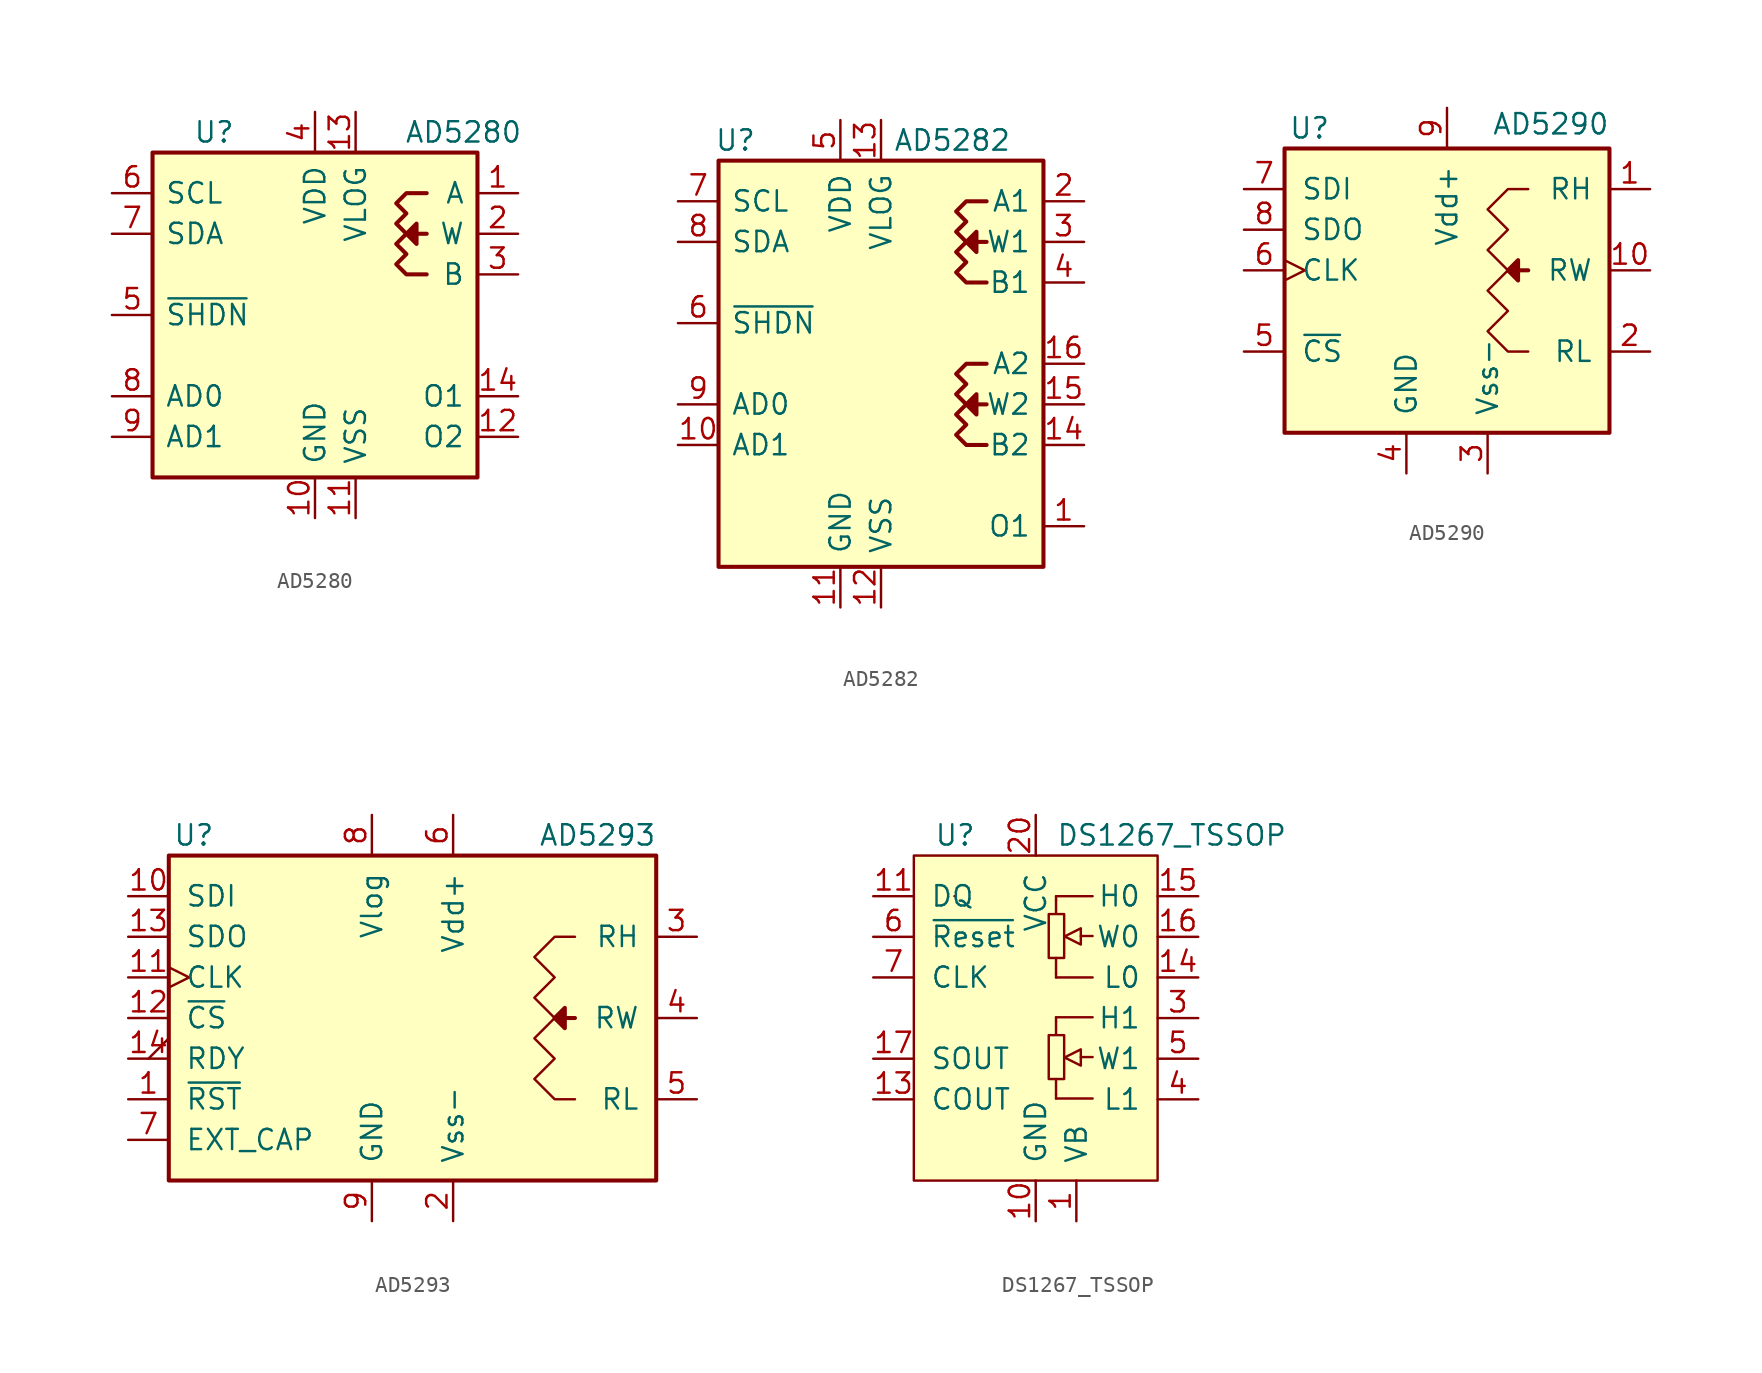
<source format=kicad_sym>
(kicad_symbol_lib
  (version 20201005)
  (generator kicad_symbol_editor)
  (symbol "AD5280"
    (pin_names
      (offset 0.762))
    (property "Reference" "U"
      (at -7.62 11.43 0)
      (effects (font (size 1.27 1.27)) (justify left)))
    (property "Value" "AD5280"
      (at 5.588 11.43 0)
      (effects (font (size 1.27 1.27)) (justify left)))
    (symbol "AD5280_0_1"
      (rectangle (start -10.16 10.16) (end 10.16 -10.16) (stroke (width 0.254)) (fill (type background)))
      (polyline (pts (xy 6.985 5.08) (xy 6.35 5.08) (xy 5.715 5.08) (xy 6.35 5.715) (xy 6.35 4.445) (xy 5.715 5.08)) (stroke (width 0.254)) (fill (type outline)))
      (polyline (pts (xy 6.985 7.62) (xy 5.715 7.62) (xy 5.08 6.985) (xy 5.715 6.35) (xy 5.08 5.715) (xy 5.715 5.08) (xy 5.08 4.445) (xy 5.715 3.81) (xy 5.08 3.175) (xy 5.715 2.54) (xy 6.985 2.54)) (stroke (width 0.254)) (fill (type none))))
    (symbol "AD5280_1_1"
      (pin passive line (at 12.7 7.62 180) (length 2.54) (name "A" (effects (font (size 1.27 1.27)))) (number "1" (effects (font (size 1.27 1.27)))))
      (pin power_in line (at 0 -12.7 90) (length 2.54) (name "GND" (effects (font (size 1.27 1.27)))) (number "10" (effects (font (size 1.27 1.27)))))
      (pin power_in line (at 2.54 -12.7 90) (length 2.54) (name "VSS" (effects (font (size 1.27 1.27)))) (number "11" (effects (font (size 1.27 1.27)))))
      (pin output line (at 12.7 -7.62 180) (length 2.54) (name "O2" (effects (font (size 1.27 1.27)))) (number "12" (effects (font (size 1.27 1.27)))))
      (pin power_in line (at 2.54 12.7 270) (length 2.54) (name "VLOG" (effects (font (size 1.27 1.27)))) (number "13" (effects (font (size 1.27 1.27)))))
      (pin output line (at 12.7 -5.08 180) (length 2.54) (name "O1" (effects (font (size 1.27 1.27)))) (number "14" (effects (font (size 1.27 1.27)))))
      (pin passive line (at 12.7 5.08 180) (length 2.54) (name "W" (effects (font (size 1.27 1.27)))) (number "2" (effects (font (size 1.27 1.27)))))
      (pin passive line (at 12.7 2.54 180) (length 2.54) (name "B" (effects (font (size 1.27 1.27)))) (number "3" (effects (font (size 1.27 1.27)))))
      (pin power_in line (at 0 12.7 270) (length 2.54) (name "VDD" (effects (font (size 1.27 1.27)))) (number "4" (effects (font (size 1.27 1.27)))))
      (pin input line (at -12.7 0 0) (length 2.54) (name "~SHDN~" (effects (font (size 1.27 1.27)))) (number "5" (effects (font (size 1.27 1.27)))))
      (pin input line (at -12.7 7.62 0) (length 2.54) (name "SCL" (effects (font (size 1.27 1.27)))) (number "6" (effects (font (size 1.27 1.27)))))
      (pin bidirectional line (at -12.7 5.08 0) (length 2.54) (name "SDA" (effects (font (size 1.27 1.27)))) (number "7" (effects (font (size 1.27 1.27)))))
      (pin input line (at -12.7 -5.08 0) (length 2.54) (name "AD0" (effects (font (size 1.27 1.27)))) (number "8" (effects (font (size 1.27 1.27)))))
      (pin input line (at -12.7 -7.62 0) (length 2.54) (name "AD1" (effects (font (size 1.27 1.27)))) (number "9" (effects (font (size 1.27 1.27)))))))
  (symbol "AD5282"
    (pin_names
      (offset 0.762))
    (property "Reference" "U"
      (at -10.414 13.97 0)
      (effects (font (size 1.27 1.27)) (justify left)))
    (property "Value" "AD5282"
      (at 0.762 13.97 0)
      (effects (font (size 1.27 1.27)) (justify left)))
    (symbol "AD5282_0_1"
      (rectangle (start -10.16 12.7) (end 10.16 -12.7) (stroke (width 0.254)) (fill (type background)))
      (polyline (pts (xy 6.604 -2.54) (xy 5.334 -2.54) (xy 5.969 -1.905) (xy 5.969 -3.175) (xy 5.334 -2.54)) (stroke (width 0.254)) (fill (type outline)))
      (polyline (pts (xy 6.604 7.62) (xy 5.334 7.62) (xy 5.969 8.255) (xy 5.969 7.62) (xy 5.969 6.985) (xy 5.334 7.62)) (stroke (width 0.254)) (fill (type outline)))
      (polyline (pts (xy 6.604 0) (xy 5.334 0) (xy 4.699 -0.635) (xy 5.334 -1.27) (xy 4.699 -1.905) (xy 5.334 -2.54) (xy 4.699 -3.175) (xy 5.334 -3.81) (xy 4.699 -4.445) (xy 5.334 -5.08) (xy 6.604 -5.08)) (stroke (width 0.254)) (fill (type none)))
      (polyline (pts (xy 6.604 10.16) (xy 5.334 10.16) (xy 4.699 9.525) (xy 5.334 8.89) (xy 4.699 8.255) (xy 5.334 7.62) (xy 4.699 6.985) (xy 5.334 6.35) (xy 4.699 5.715) (xy 5.334 5.08) (xy 6.604 5.08)) (stroke (width 0.254)) (fill (type none))))
    (symbol "AD5282_1_1"
      (pin output line (at 12.7 -10.16 180) (length 2.54) (name "O1" (effects (font (size 1.27 1.27)))) (number "1" (effects (font (size 1.27 1.27)))))
      (pin input line (at -12.7 -5.08 0) (length 2.54) (name "AD1" (effects (font (size 1.27 1.27)))) (number "10" (effects (font (size 1.27 1.27)))))
      (pin power_in line (at -2.54 -15.24 90) (length 2.54) (name "GND" (effects (font (size 1.27 1.27)))) (number "11" (effects (font (size 1.27 1.27)))))
      (pin power_in line (at 0 -15.24 90) (length 2.54) (name "VSS" (effects (font (size 1.27 1.27)))) (number "12" (effects (font (size 1.27 1.27)))))
      (pin power_in line (at 0 15.24 270) (length 2.54) (name "VLOG" (effects (font (size 1.27 1.27)))) (number "13" (effects (font (size 1.27 1.27)))))
      (pin passive line (at 12.7 -5.08 180) (length 2.54) (name "B2" (effects (font (size 1.27 1.27)))) (number "14" (effects (font (size 1.27 1.27)))))
      (pin passive line (at 12.7 -2.54 180) (length 2.54) (name "W2" (effects (font (size 1.27 1.27)))) (number "15" (effects (font (size 1.27 1.27)))))
      (pin passive line (at 12.7 0 180) (length 2.54) (name "A2" (effects (font (size 1.27 1.27)))) (number "16" (effects (font (size 1.27 1.27)))))
      (pin passive line (at 12.7 10.16 180) (length 2.54) (name "A1" (effects (font (size 1.27 1.27)))) (number "2" (effects (font (size 1.27 1.27)))))
      (pin passive line (at 12.7 7.62 180) (length 2.54) (name "W1" (effects (font (size 1.27 1.27)))) (number "3" (effects (font (size 1.27 1.27)))))
      (pin passive line (at 12.7 5.08 180) (length 2.54) (name "B1" (effects (font (size 1.27 1.27)))) (number "4" (effects (font (size 1.27 1.27)))))
      (pin power_in line (at -2.54 15.24 270) (length 2.54) (name "VDD" (effects (font (size 1.27 1.27)))) (number "5" (effects (font (size 1.27 1.27)))))
      (pin input line (at -12.7 2.54 0) (length 2.54) (name "~SHDN~" (effects (font (size 1.27 1.27)))) (number "6" (effects (font (size 1.27 1.27)))))
      (pin input line (at -12.7 10.16 0) (length 2.54) (name "SCL" (effects (font (size 1.27 1.27)))) (number "7" (effects (font (size 1.27 1.27)))))
      (pin bidirectional line (at -12.7 7.62 0) (length 2.54) (name "SDA" (effects (font (size 1.27 1.27)))) (number "8" (effects (font (size 1.27 1.27)))))
      (pin input line (at -12.7 -2.54 0) (length 2.54) (name "AD0" (effects (font (size 1.27 1.27)))) (number "9" (effects (font (size 1.27 1.27)))))))
  (symbol "AD5290"
    (pin_names
      (offset 1.016))
    (property "Reference" "U"
      (at -9.906 8.89 0)
      (effects (font (size 1.27 1.27)) (justify left)))
    (property "Value" "AD5290"
      (at 2.794 9.144 0)
      (effects (font (size 1.27 1.27)) (justify left)))
    (symbol "AD5290_0_1"
      (rectangle (start -10.16 7.62) (end 10.16 -10.16) (stroke (width 0.254)) (fill (type background)))
      (polyline (pts (xy 4.445 0) (xy 5.08 0)) (stroke (width 0.254)) (fill (type none)))
      (polyline (pts (xy 3.81 0) (xy 4.445 0.635) (xy 4.445 -0.635) (xy 3.81 0)) (stroke (width 0.254)) (fill (type outline)))
      (polyline (pts (xy 5.08 5.08) (xy 3.81 5.08) (xy 2.54 3.81) (xy 3.81 2.54) (xy 2.54 1.27) (xy 3.81 0) (xy 2.54 -1.27) (xy 3.81 -2.54) (xy 2.54 -3.81) (xy 3.81 -5.08) (xy 5.08 -5.08) (xy 5.08 -5.08) (xy 5.08 -5.08)) (stroke (width 0)) (fill (type none))))
    (symbol "AD5290_1_1"
      (pin passive line (at 12.7 5.08 180) (length 2.54) (name "RH" (effects (font (size 1.27 1.27)))) (number "1" (effects (font (size 1.27 1.27)))))
      (pin passive line (at 12.7 0 180) (length 2.54) (name "RW" (effects (font (size 1.27 1.27)))) (number "10" (effects (font (size 1.27 1.27)))))
      (pin passive line (at 12.7 -5.08 180) (length 2.54) (name "RL" (effects (font (size 1.27 1.27)))) (number "2" (effects (font (size 1.27 1.27)))))
      (pin power_in line (at 2.54 -12.7 90) (length 2.54) (name "Vss-" (effects (font (size 1.27 1.27)))) (number "3" (effects (font (size 1.27 1.27)))))
      (pin power_in line (at -2.54 -12.7 90) (length 2.54) (name "GND" (effects (font (size 1.27 1.27)))) (number "4" (effects (font (size 1.27 1.27)))))
      (pin input line (at -12.7 -5.08 0) (length 2.54) (name "~CS~" (effects (font (size 1.27 1.27)))) (number "5" (effects (font (size 1.27 1.27)))))
      (pin input clock (at -12.7 0 0) (length 2.54) (name "CLK" (effects (font (size 1.27 1.27)))) (number "6" (effects (font (size 1.27 1.27)))))
      (pin input line (at -12.7 5.08 0) (length 2.54) (name "SDI" (effects (font (size 1.27 1.27)))) (number "7" (effects (font (size 1.27 1.27)))))
      (pin output line (at -12.7 2.54 0) (length 2.54) (name "SDO" (effects (font (size 1.27 1.27)))) (number "8" (effects (font (size 1.27 1.27)))))
      (pin power_in line (at 0 10.16 270) (length 2.54) (name "Vdd+" (effects (font (size 1.27 1.27)))) (number "9" (effects (font (size 1.27 1.27)))))))
  (symbol "AD5293"
    (pin_names
      (offset 1.016))
    (property "Reference" "U"
      (at -14.986 11.43 0)
      (effects (font (size 1.27 1.27)) (justify left)))
    (property "Value" "AD5293"
      (at 7.874 11.43 0)
      (effects (font (size 1.27 1.27)) (justify left)))
    (symbol "AD5293_0_1"
      (rectangle (start -15.24 10.16) (end 15.24 -10.16) (stroke (width 0.254)) (fill (type background)))
      (polyline (pts (xy 9.525 0) (xy 10.16 0)) (stroke (width 0.254)) (fill (type none)))
      (polyline (pts (xy 8.89 0) (xy 9.525 0.635) (xy 9.525 -0.635) (xy 8.89 0)) (stroke (width 0.254)) (fill (type outline)))
      (polyline (pts (xy 10.16 5.08) (xy 8.89 5.08) (xy 7.62 3.81) (xy 8.89 2.54) (xy 7.62 1.27) (xy 8.89 0) (xy 7.62 -1.27) (xy 8.89 -2.54) (xy 7.62 -3.81) (xy 8.89 -5.08) (xy 10.16 -5.08) (xy 10.16 -5.08) (xy 10.16 -5.08)) (stroke (width 0)) (fill (type none))))
    (symbol "AD5293_1_1"
      (pin input line (at -17.78 -5.08 0) (length 2.54) (name "~RST~" (effects (font (size 1.27 1.27)))) (number "1" (effects (font (size 1.27 1.27)))))
      (pin input line (at -17.78 7.62 0) (length 2.54) (name "SDI" (effects (font (size 1.27 1.27)))) (number "10" (effects (font (size 1.27 1.27)))))
      (pin input clock (at -17.78 2.54 0) (length 2.54) (name "CLK" (effects (font (size 1.27 1.27)))) (number "11" (effects (font (size 1.27 1.27)))))
      (pin input line (at -17.78 0 0) (length 2.54) (name "~CS~" (effects (font (size 1.27 1.27)))) (number "12" (effects (font (size 1.27 1.27)))))
      (pin output line (at -17.78 5.08 0) (length 2.54) (name "SDO" (effects (font (size 1.27 1.27)))) (number "13" (effects (font (size 1.27 1.27)))))
      (pin open_collector output_low (at -17.78 -2.54 0) (length 2.54) (name "RDY" (effects (font (size 1.27 1.27)))) (number "14" (effects (font (size 1.27 1.27)))))
      (pin power_in line (at 2.54 -12.7 90) (length 2.54) (name "Vss-" (effects (font (size 1.27 1.27)))) (number "2" (effects (font (size 1.27 1.27)))))
      (pin passive line (at 17.78 5.08 180) (length 2.54) (name "RH" (effects (font (size 1.27 1.27)))) (number "3" (effects (font (size 1.27 1.27)))))
      (pin passive line (at 17.78 0 180) (length 2.54) (name "RW" (effects (font (size 1.27 1.27)))) (number "4" (effects (font (size 1.27 1.27)))))
      (pin passive line (at 17.78 -5.08 180) (length 2.54) (name "RL" (effects (font (size 1.27 1.27)))) (number "5" (effects (font (size 1.27 1.27)))))
      (pin power_in line (at 2.54 12.7 270) (length 2.54) (name "Vdd+" (effects (font (size 1.27 1.27)))) (number "6" (effects (font (size 1.27 1.27)))))
      (pin passive line (at -17.78 -7.62 0) (length 2.54) (name "EXT_CAP" (effects (font (size 1.27 1.27)))) (number "7" (effects (font (size 1.27 1.27)))))
      (pin power_in line (at -2.54 12.7 270) (length 2.54) (name "Vlog" (effects (font (size 1.27 1.27)))) (number "8" (effects (font (size 1.27 1.27)))))
      (pin power_in line (at -2.54 -12.7 90) (length 2.54) (name "GND" (effects (font (size 1.27 1.27)))) (number "9" (effects (font (size 1.27 1.27)))))))
  (symbol "DS1267_TSSOP"
    (pin_names
      (offset 1.016))
    (property "Reference" "U"
      (at -6.35 11.43 0)
      (effects (font (size 1.27 1.27)) (justify left)))
    (property "Value" "DS1267_TSSOP"
      (at 1.27 11.43 0)
      (effects (font (size 1.27 1.27)) (justify left)))
    (symbol "DS1267_TSSOP_0_1"
      (rectangle (start -7.62 10.16) (end 7.62 -10.16) (stroke (width 0)) (fill (type background)))
      (rectangle (start -5.08 7.62) (end -5.08 7.62) (stroke (width 0)) (fill (type none)))
      (rectangle (start 0.813 -1.067) (end 1.778 -3.81) (stroke (width 0)) (fill (type none)))
      (rectangle (start 0.813 6.502) (end 1.778 3.759) (stroke (width 0)) (fill (type none)))
      (polyline (pts (xy 1.27 -4.775) (xy 1.27 -3.81)) (stroke (width 0)) (fill (type none)))
      (polyline (pts (xy 1.27 -0.203) (xy 1.27 -1.041)) (stroke (width 0)) (fill (type none)))
      (polyline (pts (xy 1.27 2.794) (xy 1.27 3.759)) (stroke (width 0)) (fill (type none)))
      (polyline (pts (xy 1.27 7.366) (xy 1.27 6.528)) (stroke (width 0)) (fill (type none)))
      (polyline (pts (xy 2.819 -2.438) (xy 3.556 -2.438)) (stroke (width 0)) (fill (type none)))
      (polyline (pts (xy 2.819 5.131) (xy 3.556 5.131)) (stroke (width 0)) (fill (type none)))
      (polyline (pts (xy 1.27 -5.029) (xy 1.27 -4.775) (xy 1.27 -4.775)) (stroke (width 0)) (fill (type background)))
      (polyline (pts (xy 1.27 -5.029) (xy 3.556 -5.029) (xy 3.556 -5.029)) (stroke (width 0)) (fill (type background)))
      (polyline (pts (xy 1.27 0.051) (xy 1.27 -0.203) (xy 1.27 -0.203)) (stroke (width 0)) (fill (type none)))
      (polyline (pts (xy 1.27 0.051) (xy 3.556 0.051) (xy 3.556 0.051)) (stroke (width 0)) (fill (type background)))
      (polyline (pts (xy 1.27 2.54) (xy 1.27 2.794) (xy 1.27 2.794)) (stroke (width 0)) (fill (type background)))
      (polyline (pts (xy 1.27 2.54) (xy 3.556 2.54) (xy 3.556 2.54)) (stroke (width 0)) (fill (type background)))
      (polyline (pts (xy 1.27 7.62) (xy 1.27 7.366) (xy 1.27 7.366)) (stroke (width 0)) (fill (type none)))
      (polyline (pts (xy 1.27 7.62) (xy 3.556 7.62) (xy 3.556 7.62)) (stroke (width 0)) (fill (type background)))
      (polyline (pts (xy 2.819 -1.956) (xy 2.819 -2.972) (xy 1.803 -2.464) (xy 2.819 -1.956) (xy 2.819 -1.956)) (stroke (width 0)) (fill (type background)))
      (polyline (pts (xy 2.819 5.613) (xy 2.819 4.597) (xy 1.803 5.105) (xy 2.819 5.613) (xy 2.819 5.613)) (stroke (width 0)) (fill (type background))))
    (symbol "DS1267_TSSOP_1_1"
      (pin power_in line (at 2.54 -12.7 90) (length 2.54) (name "VB" (effects (font (size 1.27 1.27)))) (number "1" (effects (font (size 1.27 1.27)))))
      (pin power_in line (at 0 -12.7 90) (length 2.54) (name "GND" (effects (font (size 1.27 1.27)))) (number "10" (effects (font (size 1.27 1.27)))))
      (pin input line (at -10.16 7.62 0) (length 2.54) (name "DQ" (effects (font (size 1.27 1.27)))) (number "11" (effects (font (size 1.27 1.27)))))
      (pin output line (at -10.16 -5.08 0) (length 2.54) (name "COUT" (effects (font (size 1.27 1.27)))) (number "13" (effects (font (size 1.27 1.27)))))
      (pin passive line (at 10.16 2.54 180) (length 2.54) (name "L0" (effects (font (size 1.27 1.27)))) (number "14" (effects (font (size 1.27 1.27)))))
      (pin passive line (at 10.16 7.62 180) (length 2.54) (name "H0" (effects (font (size 1.27 1.27)))) (number "15" (effects (font (size 1.27 1.27)))))
      (pin passive line (at 10.16 5.08 180) (length 2.54) (name "W0" (effects (font (size 1.27 1.27)))) (number "16" (effects (font (size 1.27 1.27)))))
      (pin output line (at -10.16 -2.54 0) (length 2.54) (name "SOUT" (effects (font (size 1.27 1.27)))) (number "17" (effects (font (size 1.27 1.27)))))
      (pin power_in line (at 0 12.7 270) (length 2.54) (name "VCC" (effects (font (size 1.27 1.27)))) (number "20" (effects (font (size 1.27 1.27)))))
      (pin passive line (at 10.16 0 180) (length 2.54) (name "H1" (effects (font (size 1.27 1.27)))) (number "3" (effects (font (size 1.27 1.27)))))
      (pin passive line (at 10.16 -5.08 180) (length 2.54) (name "L1" (effects (font (size 1.27 1.27)))) (number "4" (effects (font (size 1.27 1.27)))))
      (pin passive line (at 10.16 -2.54 180) (length 2.54) (name "W1" (effects (font (size 1.27 1.27)))) (number "5" (effects (font (size 1.27 1.27)))))
      (pin input line (at -10.16 5.08 0) (length 2.54) (name "~Reset" (effects (font (size 1.27 1.27)))) (number "6" (effects (font (size 1.27 1.27)))))
      (pin input line (at -10.16 2.54 0) (length 2.54) (name "CLK" (effects (font (size 1.27 1.27)))) (number "7" (effects (font (size 1.27 1.27))))))))
</source>
